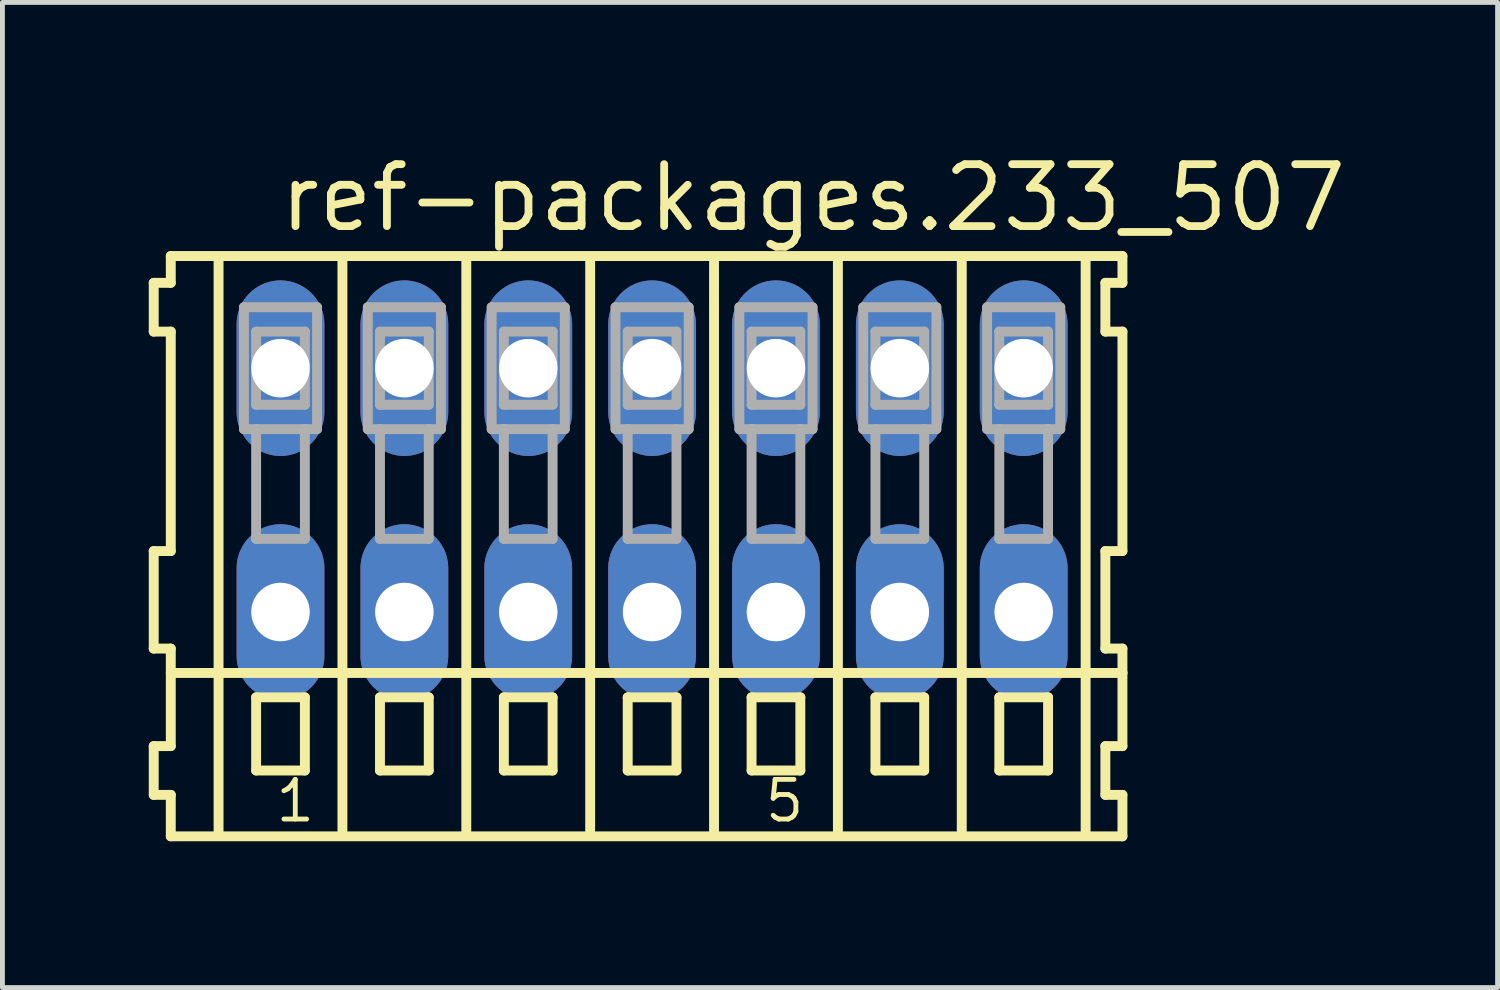
<source format=kicad_pcb>
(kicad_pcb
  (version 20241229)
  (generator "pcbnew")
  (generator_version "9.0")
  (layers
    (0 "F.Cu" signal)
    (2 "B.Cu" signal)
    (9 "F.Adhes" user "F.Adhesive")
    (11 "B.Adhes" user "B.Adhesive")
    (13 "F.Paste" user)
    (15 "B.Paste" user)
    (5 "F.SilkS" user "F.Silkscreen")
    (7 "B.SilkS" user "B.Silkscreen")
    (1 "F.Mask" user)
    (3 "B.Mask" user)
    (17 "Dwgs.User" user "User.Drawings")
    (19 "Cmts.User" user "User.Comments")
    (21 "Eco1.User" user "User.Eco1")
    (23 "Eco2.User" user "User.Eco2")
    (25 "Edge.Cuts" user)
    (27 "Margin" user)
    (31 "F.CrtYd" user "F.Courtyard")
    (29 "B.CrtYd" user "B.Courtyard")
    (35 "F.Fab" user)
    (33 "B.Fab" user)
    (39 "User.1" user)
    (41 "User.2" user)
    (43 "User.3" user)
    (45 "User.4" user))
  (footprint "ref-packages.233_507"
    (layer "F.Cu")
    (at 10.322 7)
    (property "Reference" "ref-packages.233_507" (at -7.72 -5.25 0) (layer "F.SilkS") (effects (font (size 1.27 1.27) (thickness 0.16)) (justify left bottom)))
    (attr through_hole)
    (fp_line (start -10.22 -4.25) (end -10.22 -3.25) (stroke (width 0.203) (type default)) (layer "F.SilkS"))
    (fp_line (start -10.22 -3.25) (end -9.87 -3.25) (stroke (width 0.203) (type default)) (layer "F.SilkS"))
    (fp_line (start -10.22 1.25) (end -10.22 3.25) (stroke (width 0.203) (type default)) (layer "F.SilkS"))
    (fp_line (start -10.22 3.25) (end -9.87 3.25) (stroke (width 0.203) (type default)) (layer "F.SilkS"))
    (fp_line (start -10.22 5.25) (end -10.22 6.25) (stroke (width 0.203) (type default)) (layer "F.SilkS"))
    (fp_line (start -10.22 6.25) (end -9.87 6.25) (stroke (width 0.203) (type default)) (layer "F.SilkS"))
    (fp_line (start -9.87 -4.8) (end -9.87 -4.25) (stroke (width 0.203) (type default)) (layer "F.SilkS"))
    (fp_line (start -9.87 -4.25) (end -10.22 -4.25) (stroke (width 0.203) (type default)) (layer "F.SilkS"))
    (fp_line (start -9.87 -3.25) (end -9.87 1.25) (stroke (width 0.203) (type default)) (layer "F.SilkS"))
    (fp_line (start -9.87 1.25) (end -10.22 1.25) (stroke (width 0.203) (type default)) (layer "F.SilkS"))
    (fp_line (start -9.87 3.25) (end -9.87 5.25) (stroke (width 0.203) (type default)) (layer "F.SilkS"))
    (fp_line (start -9.87 3.75) (end 9.645 3.75) (stroke (width 0.203) (type default)) (layer "F.SilkS"))
    (fp_line (start -9.87 5.25) (end -10.22 5.25) (stroke (width 0.203) (type default)) (layer "F.SilkS"))
    (fp_line (start -9.87 6.25) (end -9.87 7.1) (stroke (width 0.203) (type default)) (layer "F.SilkS"))
    (fp_line (start -9.87 7.1) (end 9.645 7.1) (stroke (width 0.203) (type default)) (layer "F.SilkS"))
    (fp_line (start -8.89 6.985) (end -8.89 -4.699) (stroke (width 0.203) (type default)) (layer "F.SilkS"))
    (fp_line (start -8.12 4.25) (end -8.12 5.75) (stroke (width 0.203) (type default)) (layer "F.SilkS"))
    (fp_line (start -8.12 5.75) (end -7.12 5.75) (stroke (width 0.203) (type default)) (layer "F.SilkS"))
    (fp_line (start -7.12 4.25) (end -8.12 4.25) (stroke (width 0.203) (type default)) (layer "F.SilkS"))
    (fp_line (start -7.12 5.75) (end -7.12 4.25) (stroke (width 0.203) (type default)) (layer "F.SilkS"))
    (fp_line (start -6.35 6.985) (end -6.35 -4.699) (stroke (width 0.203) (type default)) (layer "F.SilkS"))
    (fp_line (start -5.58 4.25) (end -5.58 5.75) (stroke (width 0.203) (type default)) (layer "F.SilkS"))
    (fp_line (start -5.58 5.75) (end -4.58 5.75) (stroke (width 0.203) (type default)) (layer "F.SilkS"))
    (fp_line (start -4.58 4.25) (end -5.58 4.25) (stroke (width 0.203) (type default)) (layer "F.SilkS"))
    (fp_line (start -4.58 5.75) (end -4.58 4.25) (stroke (width 0.203) (type default)) (layer "F.SilkS"))
    (fp_line (start -3.81 6.985) (end -3.81 -4.699) (stroke (width 0.203) (type default)) (layer "F.SilkS"))
    (fp_line (start -3.04 4.25) (end -3.04 5.75) (stroke (width 0.203) (type default)) (layer "F.SilkS"))
    (fp_line (start -3.04 5.75) (end -2.04 5.75) (stroke (width 0.203) (type default)) (layer "F.SilkS"))
    (fp_line (start -2.04 4.25) (end -3.04 4.25) (stroke (width 0.203) (type default)) (layer "F.SilkS"))
    (fp_line (start -2.04 5.75) (end -2.04 4.25) (stroke (width 0.203) (type default)) (layer "F.SilkS"))
    (fp_line (start -1.27 6.985) (end -1.27 -4.699) (stroke (width 0.203) (type default)) (layer "F.SilkS"))
    (fp_line (start -0.5 4.25) (end -0.5 5.75) (stroke (width 0.203) (type default)) (layer "F.SilkS"))
    (fp_line (start -0.5 5.75) (end 0.5 5.75) (stroke (width 0.203) (type default)) (layer "F.SilkS"))
    (fp_line (start 0.5 4.25) (end -0.5 4.25) (stroke (width 0.203) (type default)) (layer "F.SilkS"))
    (fp_line (start 0.5 5.75) (end 0.5 4.25) (stroke (width 0.203) (type default)) (layer "F.SilkS"))
    (fp_line (start 1.27 6.985) (end 1.27 -4.699) (stroke (width 0.203) (type default)) (layer "F.SilkS"))
    (fp_line (start 2.04 4.25) (end 2.04 5.75) (stroke (width 0.203) (type default)) (layer "F.SilkS"))
    (fp_line (start 2.04 5.75) (end 3.04 5.75) (stroke (width 0.203) (type default)) (layer "F.SilkS"))
    (fp_line (start 3.04 4.25) (end 2.04 4.25) (stroke (width 0.203) (type default)) (layer "F.SilkS"))
    (fp_line (start 3.04 5.75) (end 3.04 4.25) (stroke (width 0.203) (type default)) (layer "F.SilkS"))
    (fp_line (start 3.81 6.985) (end 3.81 -4.699) (stroke (width 0.203) (type default)) (layer "F.SilkS"))
    (fp_line (start 4.58 4.25) (end 4.58 5.75) (stroke (width 0.203) (type default)) (layer "F.SilkS"))
    (fp_line (start 4.58 5.75) (end 5.58 5.75) (stroke (width 0.203) (type default)) (layer "F.SilkS"))
    (fp_line (start 5.58 4.25) (end 4.58 4.25) (stroke (width 0.203) (type default)) (layer "F.SilkS"))
    (fp_line (start 5.58 5.75) (end 5.58 4.25) (stroke (width 0.203) (type default)) (layer "F.SilkS"))
    (fp_line (start 6.35 6.985) (end 6.35 -4.699) (stroke (width 0.203) (type default)) (layer "F.SilkS"))
    (fp_line (start 7.12 4.25) (end 7.12 5.75) (stroke (width 0.203) (type default)) (layer "F.SilkS"))
    (fp_line (start 7.12 5.75) (end 8.12 5.75) (stroke (width 0.203) (type default)) (layer "F.SilkS"))
    (fp_line (start 8.12 4.25) (end 7.12 4.25) (stroke (width 0.203) (type default)) (layer "F.SilkS"))
    (fp_line (start 8.12 5.75) (end 8.12 4.25) (stroke (width 0.203) (type default)) (layer "F.SilkS"))
    (fp_line (start 8.89 6.985) (end 8.89 -4.699) (stroke (width 0.203) (type default)) (layer "F.SilkS"))
    (fp_line (start 9.295 -4.25) (end 9.295 -3.25) (stroke (width 0.203) (type default)) (layer "F.SilkS"))
    (fp_line (start 9.295 -3.25) (end 9.645 -3.25) (stroke (width 0.203) (type default)) (layer "F.SilkS"))
    (fp_line (start 9.295 1.25) (end 9.295 3.25) (stroke (width 0.203) (type default)) (layer "F.SilkS"))
    (fp_line (start 9.295 3.25) (end 9.645 3.25) (stroke (width 0.203) (type default)) (layer "F.SilkS"))
    (fp_line (start 9.295 5.25) (end 9.295 6.25) (stroke (width 0.203) (type default)) (layer "F.SilkS"))
    (fp_line (start 9.295 6.25) (end 9.645 6.25) (stroke (width 0.203) (type default)) (layer "F.SilkS"))
    (fp_line (start 9.645 -4.8) (end -9.87 -4.8) (stroke (width 0.203) (type default)) (layer "F.SilkS"))
    (fp_line (start 9.645 -4.25) (end 9.295 -4.25) (stroke (width 0.203) (type default)) (layer "F.SilkS"))
    (fp_line (start 9.645 -4.25) (end 9.645 -4.8) (stroke (width 0.203) (type default)) (layer "F.SilkS"))
    (fp_line (start 9.645 1.25) (end 9.295 1.25) (stroke (width 0.203) (type default)) (layer "F.SilkS"))
    (fp_line (start 9.645 1.25) (end 9.645 -3.25) (stroke (width 0.203) (type default)) (layer "F.SilkS"))
    (fp_line (start 9.645 3.75) (end 9.645 3.25) (stroke (width 0.203) (type default)) (layer "F.SilkS"))
    (fp_line (start 9.645 5.25) (end 9.295 5.25) (stroke (width 0.203) (type default)) (layer "F.SilkS"))
    (fp_line (start 9.645 5.25) (end 9.645 3.75) (stroke (width 0.203) (type default)) (layer "F.SilkS"))
    (fp_line (start 9.645 7.1) (end 9.645 6.25) (stroke (width 0.203) (type default)) (layer "F.SilkS"))
    (fp_line (start -8.37 -3.75) (end -8.37 -1.25) (stroke (width 0.203) (type default)) (layer "F.Fab"))
    (fp_line (start -8.37 -1.25) (end -8.12 -1.25) (stroke (width 0.203) (type default)) (layer "F.Fab"))
    (fp_line (start -8.12 -3.25) (end -8.12 -1.75) (stroke (width 0.203) (type default)) (layer "F.Fab"))
    (fp_line (start -8.12 -1.75) (end -7.12 -1.75) (stroke (width 0.203) (type default)) (layer "F.Fab"))
    (fp_line (start -8.12 -1.25) (end -8.12 1) (stroke (width 0.203) (type default)) (layer "F.Fab"))
    (fp_line (start -8.12 -1.25) (end -7.12 -1.25) (stroke (width 0.203) (type default)) (layer "F.Fab"))
    (fp_line (start -8.12 1) (end -7.12 1) (stroke (width 0.203) (type default)) (layer "F.Fab"))
    (fp_line (start -7.12 -3.25) (end -8.12 -3.25) (stroke (width 0.203) (type default)) (layer "F.Fab"))
    (fp_line (start -7.12 -1.75) (end -7.12 -3.25) (stroke (width 0.203) (type default)) (layer "F.Fab"))
    (fp_line (start -7.12 -1.25) (end -6.87 -1.25) (stroke (width 0.203) (type default)) (layer "F.Fab"))
    (fp_line (start -7.12 1) (end -7.12 -1.25) (stroke (width 0.203) (type default)) (layer "F.Fab"))
    (fp_line (start -6.87 -3.75) (end -8.37 -3.75) (stroke (width 0.203) (type default)) (layer "F.Fab"))
    (fp_line (start -6.87 -1.25) (end -6.87 -3.75) (stroke (width 0.203) (type default)) (layer "F.Fab"))
    (fp_line (start -5.83 -3.75) (end -5.83 -1.25) (stroke (width 0.203) (type default)) (layer "F.Fab"))
    (fp_line (start -5.83 -1.25) (end -5.58 -1.25) (stroke (width 0.203) (type default)) (layer "F.Fab"))
    (fp_line (start -5.58 -3.25) (end -5.58 -1.75) (stroke (width 0.203) (type default)) (layer "F.Fab"))
    (fp_line (start -5.58 -1.75) (end -4.58 -1.75) (stroke (width 0.203) (type default)) (layer "F.Fab"))
    (fp_line (start -5.58 -1.25) (end -5.58 1) (stroke (width 0.203) (type default)) (layer "F.Fab"))
    (fp_line (start -5.58 -1.25) (end -4.58 -1.25) (stroke (width 0.203) (type default)) (layer "F.Fab"))
    (fp_line (start -5.58 1) (end -4.58 1) (stroke (width 0.203) (type default)) (layer "F.Fab"))
    (fp_line (start -4.58 -3.25) (end -5.58 -3.25) (stroke (width 0.203) (type default)) (layer "F.Fab"))
    (fp_line (start -4.58 -1.75) (end -4.58 -3.25) (stroke (width 0.203) (type default)) (layer "F.Fab"))
    (fp_line (start -4.58 -1.25) (end -4.33 -1.25) (stroke (width 0.203) (type default)) (layer "F.Fab"))
    (fp_line (start -4.58 1) (end -4.58 -1.25) (stroke (width 0.203) (type default)) (layer "F.Fab"))
    (fp_line (start -4.33 -3.75) (end -5.83 -3.75) (stroke (width 0.203) (type default)) (layer "F.Fab"))
    (fp_line (start -4.33 -1.25) (end -4.33 -3.75) (stroke (width 0.203) (type default)) (layer "F.Fab"))
    (fp_line (start -3.29 -3.75) (end -3.29 -1.25) (stroke (width 0.203) (type default)) (layer "F.Fab"))
    (fp_line (start -3.29 -1.25) (end -3.04 -1.25) (stroke (width 0.203) (type default)) (layer "F.Fab"))
    (fp_line (start -3.04 -3.25) (end -3.04 -1.75) (stroke (width 0.203) (type default)) (layer "F.Fab"))
    (fp_line (start -3.04 -1.75) (end -2.04 -1.75) (stroke (width 0.203) (type default)) (layer "F.Fab"))
    (fp_line (start -3.04 -1.25) (end -3.04 1) (stroke (width 0.203) (type default)) (layer "F.Fab"))
    (fp_line (start -3.04 -1.25) (end -2.04 -1.25) (stroke (width 0.203) (type default)) (layer "F.Fab"))
    (fp_line (start -3.04 1) (end -2.04 1) (stroke (width 0.203) (type default)) (layer "F.Fab"))
    (fp_line (start -2.04 -3.25) (end -3.04 -3.25) (stroke (width 0.203) (type default)) (layer "F.Fab"))
    (fp_line (start -2.04 -1.75) (end -2.04 -3.25) (stroke (width 0.203) (type default)) (layer "F.Fab"))
    (fp_line (start -2.04 -1.25) (end -1.79 -1.25) (stroke (width 0.203) (type default)) (layer "F.Fab"))
    (fp_line (start -2.04 1) (end -2.04 -1.25) (stroke (width 0.203) (type default)) (layer "F.Fab"))
    (fp_line (start -1.79 -3.75) (end -3.29 -3.75) (stroke (width 0.203) (type default)) (layer "F.Fab"))
    (fp_line (start -1.79 -1.25) (end -1.79 -3.75) (stroke (width 0.203) (type default)) (layer "F.Fab"))
    (fp_line (start -0.75 -3.75) (end -0.75 -1.25) (stroke (width 0.203) (type default)) (layer "F.Fab"))
    (fp_line (start -0.75 -1.25) (end -0.5 -1.25) (stroke (width 0.203) (type default)) (layer "F.Fab"))
    (fp_line (start -0.5 -3.25) (end -0.5 -1.75) (stroke (width 0.203) (type default)) (layer "F.Fab"))
    (fp_line (start -0.5 -1.75) (end 0.5 -1.75) (stroke (width 0.203) (type default)) (layer "F.Fab"))
    (fp_line (start -0.5 -1.25) (end -0.5 1) (stroke (width 0.203) (type default)) (layer "F.Fab"))
    (fp_line (start -0.5 -1.25) (end 0.5 -1.25) (stroke (width 0.203) (type default)) (layer "F.Fab"))
    (fp_line (start -0.5 1) (end 0.5 1) (stroke (width 0.203) (type default)) (layer "F.Fab"))
    (fp_line (start 0.5 -3.25) (end -0.5 -3.25) (stroke (width 0.203) (type default)) (layer "F.Fab"))
    (fp_line (start 0.5 -1.75) (end 0.5 -3.25) (stroke (width 0.203) (type default)) (layer "F.Fab"))
    (fp_line (start 0.5 -1.25) (end 0.75 -1.25) (stroke (width 0.203) (type default)) (layer "F.Fab"))
    (fp_line (start 0.5 1) (end 0.5 -1.25) (stroke (width 0.203) (type default)) (layer "F.Fab"))
    (fp_line (start 0.75 -3.75) (end -0.75 -3.75) (stroke (width 0.203) (type default)) (layer "F.Fab"))
    (fp_line (start 0.75 -1.25) (end 0.75 -3.75) (stroke (width 0.203) (type default)) (layer "F.Fab"))
    (fp_line (start 1.79 -3.75) (end 1.79 -1.25) (stroke (width 0.203) (type default)) (layer "F.Fab"))
    (fp_line (start 1.79 -1.25) (end 2.04 -1.25) (stroke (width 0.203) (type default)) (layer "F.Fab"))
    (fp_line (start 2.04 -3.25) (end 2.04 -1.75) (stroke (width 0.203) (type default)) (layer "F.Fab"))
    (fp_line (start 2.04 -1.75) (end 3.04 -1.75) (stroke (width 0.203) (type default)) (layer "F.Fab"))
    (fp_line (start 2.04 -1.25) (end 2.04 1) (stroke (width 0.203) (type default)) (layer "F.Fab"))
    (fp_line (start 2.04 -1.25) (end 3.04 -1.25) (stroke (width 0.203) (type default)) (layer "F.Fab"))
    (fp_line (start 2.04 1) (end 3.04 1) (stroke (width 0.203) (type default)) (layer "F.Fab"))
    (fp_line (start 3.04 -3.25) (end 2.04 -3.25) (stroke (width 0.203) (type default)) (layer "F.Fab"))
    (fp_line (start 3.04 -1.75) (end 3.04 -3.25) (stroke (width 0.203) (type default)) (layer "F.Fab"))
    (fp_line (start 3.04 -1.25) (end 3.29 -1.25) (stroke (width 0.203) (type default)) (layer "F.Fab"))
    (fp_line (start 3.04 1) (end 3.04 -1.25) (stroke (width 0.203) (type default)) (layer "F.Fab"))
    (fp_line (start 3.29 -3.75) (end 1.79 -3.75) (stroke (width 0.203) (type default)) (layer "F.Fab"))
    (fp_line (start 3.29 -1.25) (end 3.29 -3.75) (stroke (width 0.203) (type default)) (layer "F.Fab"))
    (fp_line (start 4.33 -3.75) (end 4.33 -1.25) (stroke (width 0.203) (type default)) (layer "F.Fab"))
    (fp_line (start 4.33 -1.25) (end 4.58 -1.25) (stroke (width 0.203) (type default)) (layer "F.Fab"))
    (fp_line (start 4.58 -3.25) (end 4.58 -1.75) (stroke (width 0.203) (type default)) (layer "F.Fab"))
    (fp_line (start 4.58 -1.75) (end 5.58 -1.75) (stroke (width 0.203) (type default)) (layer "F.Fab"))
    (fp_line (start 4.58 -1.25) (end 4.58 1) (stroke (width 0.203) (type default)) (layer "F.Fab"))
    (fp_line (start 4.58 -1.25) (end 5.58 -1.25) (stroke (width 0.203) (type default)) (layer "F.Fab"))
    (fp_line (start 4.58 1) (end 5.58 1) (stroke (width 0.203) (type default)) (layer "F.Fab"))
    (fp_line (start 5.58 -3.25) (end 4.58 -3.25) (stroke (width 0.203) (type default)) (layer "F.Fab"))
    (fp_line (start 5.58 -1.75) (end 5.58 -3.25) (stroke (width 0.203) (type default)) (layer "F.Fab"))
    (fp_line (start 5.58 -1.25) (end 5.83 -1.25) (stroke (width 0.203) (type default)) (layer "F.Fab"))
    (fp_line (start 5.58 1) (end 5.58 -1.25) (stroke (width 0.203) (type default)) (layer "F.Fab"))
    (fp_line (start 5.83 -3.75) (end 4.33 -3.75) (stroke (width 0.203) (type default)) (layer "F.Fab"))
    (fp_line (start 5.83 -1.25) (end 5.83 -3.75) (stroke (width 0.203) (type default)) (layer "F.Fab"))
    (fp_line (start 6.87 -3.75) (end 6.87 -1.25) (stroke (width 0.203) (type default)) (layer "F.Fab"))
    (fp_line (start 6.87 -1.25) (end 7.12 -1.25) (stroke (width 0.203) (type default)) (layer "F.Fab"))
    (fp_line (start 7.12 -3.25) (end 7.12 -1.75) (stroke (width 0.203) (type default)) (layer "F.Fab"))
    (fp_line (start 7.12 -1.75) (end 8.12 -1.75) (stroke (width 0.203) (type default)) (layer "F.Fab"))
    (fp_line (start 7.12 -1.25) (end 7.12 1) (stroke (width 0.203) (type default)) (layer "F.Fab"))
    (fp_line (start 7.12 -1.25) (end 8.12 -1.25) (stroke (width 0.203) (type default)) (layer "F.Fab"))
    (fp_line (start 7.12 1) (end 8.12 1) (stroke (width 0.203) (type default)) (layer "F.Fab"))
    (fp_line (start 8.12 -3.25) (end 7.12 -3.25) (stroke (width 0.203) (type default)) (layer "F.Fab"))
    (fp_line (start 8.12 -1.75) (end 8.12 -3.25) (stroke (width 0.203) (type default)) (layer "F.Fab"))
    (fp_line (start 8.12 -1.25) (end 8.37 -1.25) (stroke (width 0.203) (type default)) (layer "F.Fab"))
    (fp_line (start 8.12 1) (end 8.12 -1.25) (stroke (width 0.203) (type default)) (layer "F.Fab"))
    (fp_line (start 8.37 -3.75) (end 6.87 -3.75) (stroke (width 0.203) (type default)) (layer "F.Fab"))
    (fp_line (start 8.37 -1.25) (end 8.37 -3.75) (stroke (width 0.203) (type default)) (layer "F.Fab"))
    (fp_text user "1" (at -7.77 6.85 0) (layer "F.SilkS") (effects (font (size 0.813 0.813) (thickness 0.1)) (justify left bottom)))
    (fp_text user "5" (at 2.263 6.85 0) (layer "F.SilkS") (effects (font (size 0.813 0.813) (thickness 0.1)) (justify left bottom)))
    (pad "A1" thru_hole oval (at -7.62 -2.5 90) (size 3.6 1.8) (drill 1.2) (layers "*.Cu" "*.Mask"))
    (pad "A2" thru_hole oval (at -5.08 -2.5 90) (size 3.6 1.8) (drill 1.2) (layers "*.Cu" "*.Mask"))
    (pad "A3" thru_hole oval (at -2.54 -2.5 90) (size 3.6 1.8) (drill 1.2) (layers "*.Cu" "*.Mask"))
    (pad "A4" thru_hole oval (at 0 -2.5 90) (size 3.6 1.8) (drill 1.2) (layers "*.Cu" "*.Mask"))
    (pad "A5" thru_hole oval (at 2.54 -2.5 90) (size 3.6 1.8) (drill 1.2) (layers "*.Cu" "*.Mask"))
    (pad "A6" thru_hole oval (at 5.08 -2.5 90) (size 3.6 1.8) (drill 1.2) (layers "*.Cu" "*.Mask"))
    (pad "A7" thru_hole oval (at 7.62 -2.5 90) (size 3.6 1.8) (drill 1.2) (layers "*.Cu" "*.Mask"))
    (pad "B1" thru_hole oval (at -7.62 2.5 90) (size 3.6 1.8) (drill 1.2) (layers "*.Cu" "*.Mask"))
    (pad "B2" thru_hole oval (at -5.08 2.5 90) (size 3.6 1.8) (drill 1.2) (layers "*.Cu" "*.Mask"))
    (pad "B3" thru_hole oval (at -2.54 2.5 90) (size 3.6 1.8) (drill 1.2) (layers "*.Cu" "*.Mask"))
    (pad "B4" thru_hole oval (at 0 2.5 90) (size 3.6 1.8) (drill 1.2) (layers "*.Cu" "*.Mask"))
    (pad "B5" thru_hole oval (at 2.54 2.5 90) (size 3.6 1.8) (drill 1.2) (layers "*.Cu" "*.Mask"))
    (pad "B6" thru_hole oval (at 5.08 2.5 90) (size 3.6 1.8) (drill 1.2) (layers "*.Cu" "*.Mask"))
    (pad "B7" thru_hole oval (at 7.62 2.5 90) (size 3.6 1.8) (drill 1.2) (layers "*.Cu" "*.Mask")))
  (gr_rect
    (start -3 -3)
    (end 27.66 17.202)
    (stroke (width 0.1) (type default))
    (fill no)
    (layer "Edge.Cuts")))
</source>
